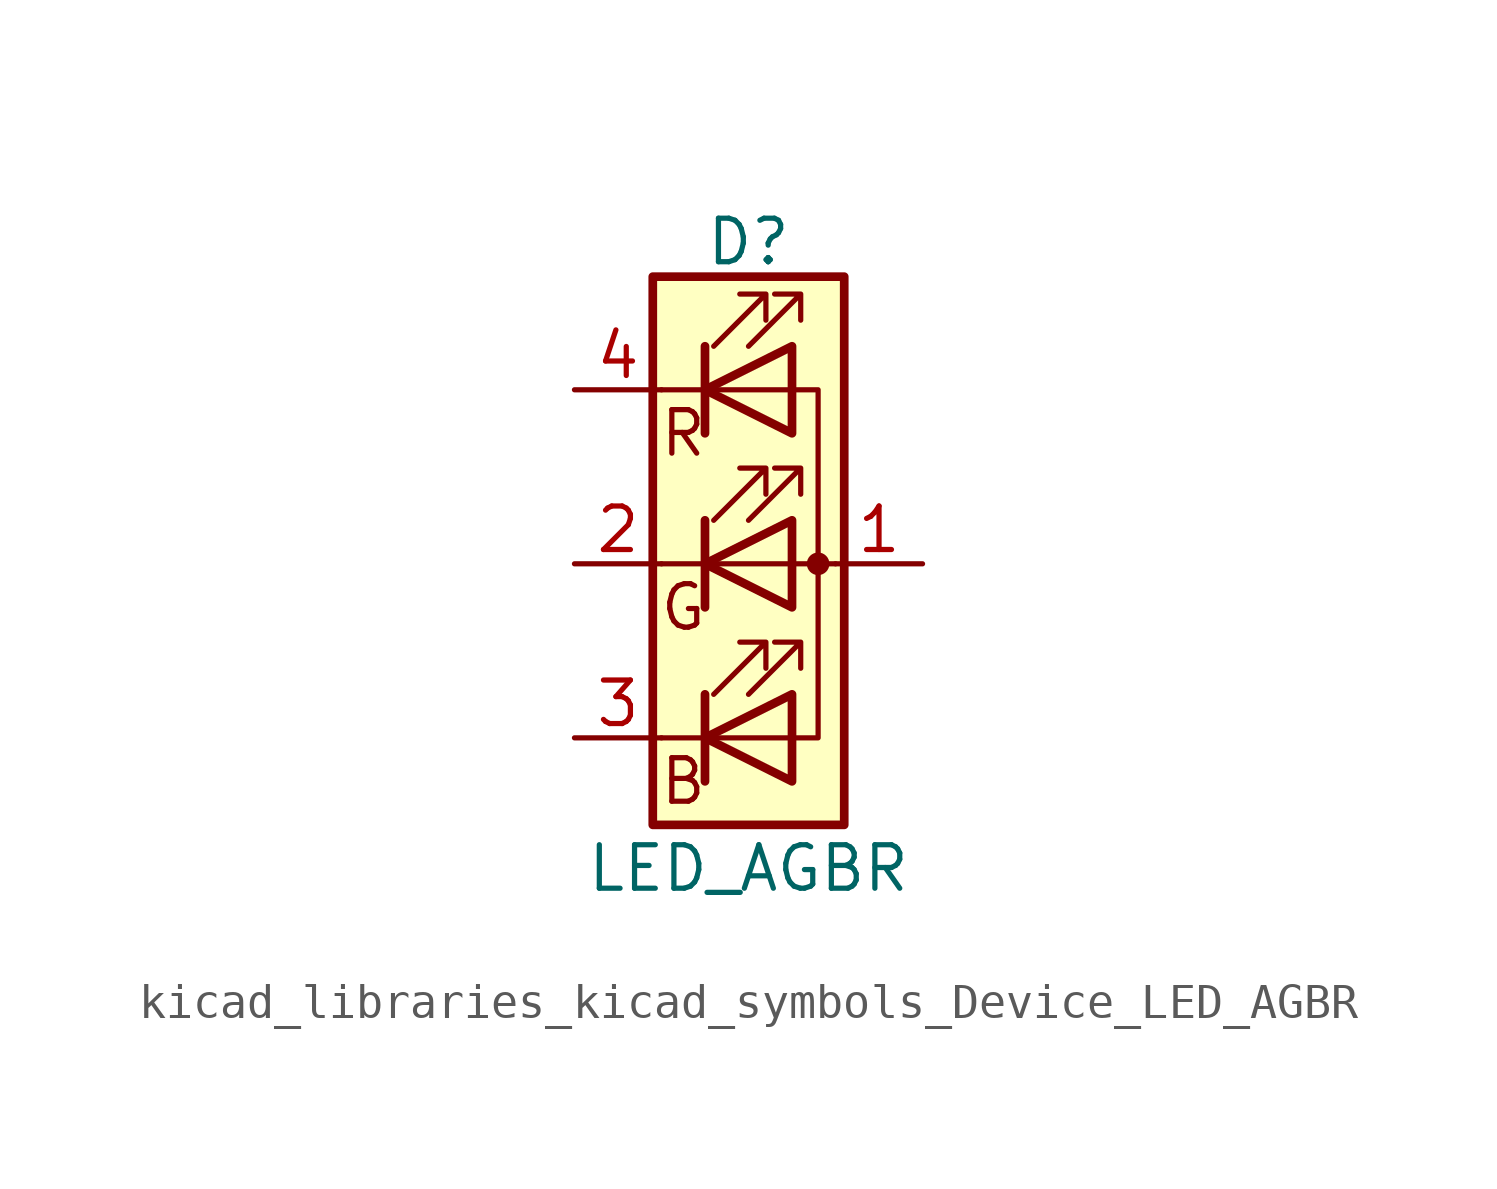
<source format=kicad_sym>
(kicad_symbol_lib
  (version 20220914)
  (generator kicad_symbol_editor)
  (symbol "kicad_libraries_kicad_symbols_Device_LED_AGBR"
    (pin_names
      (offset 0) hide)
    (property "Reference" "D"
      (at 0 9.398 0)
      (effects (font (size 1.27 1.27))))
    (property "Value" "LED_AGBR"
      (at 0 -8.89 0)
      (effects (font (size 1.27 1.27))))
    (symbol "kicad_libraries_kicad_symbols_Device_LED_AGBR_0_0"
      (text "B" (at -1.905 -6.35 0) (effects (font (size 1.27 1.27))))
      (text "G" (at -1.905 -1.27 0) (effects (font (size 1.27 1.27))))
      (text "R" (at -1.905 3.81 0) (effects (font (size 1.27 1.27)))))
    (symbol "kicad_libraries_kicad_symbols_Device_LED_AGBR_0_1"
      (polyline (pts (xy -1.27 -5.08) (xy -2.54 -5.08)) (stroke (width 0) (type default)) (fill (type none)))
      (polyline (pts (xy -1.27 -5.08) (xy 1.27 -5.08)) (stroke (width 0) (type default)) (fill (type none)))
      (polyline (pts (xy -1.27 -3.81) (xy -1.27 -6.35)) (stroke (width 0.254) (type default)) (fill (type none)))
      (polyline (pts (xy -1.27 0) (xy -2.54 0)) (stroke (width 0) (type default)) (fill (type none)))
      (polyline (pts (xy -1.27 1.27) (xy -1.27 -1.27)) (stroke (width 0.254) (type default)) (fill (type none)))
      (polyline (pts (xy -1.27 5.08) (xy -2.54 5.08)) (stroke (width 0) (type default)) (fill (type none)))
      (polyline (pts (xy -1.27 5.08) (xy 1.27 5.08)) (stroke (width 0) (type default)) (fill (type none)))
      (polyline (pts (xy -1.27 6.35) (xy -1.27 3.81)) (stroke (width 0.254) (type default)) (fill (type none)))
      (polyline (pts (xy 1.27 0) (xy -1.27 0)) (stroke (width 0) (type default)) (fill (type none)))
      (polyline (pts (xy 1.27 0) (xy 2.54 0)) (stroke (width 0) (type default)) (fill (type none)))
      (polyline (pts (xy -1.27 1.27) (xy -1.27 -1.27) (xy -1.27 -1.27)) (stroke (width 0) (type default)) (fill (type none)))
      (polyline (pts (xy -1.27 6.35) (xy -1.27 3.81) (xy -1.27 3.81)) (stroke (width 0) (type default)) (fill (type none)))
      (polyline (pts (xy 1.27 -5.08) (xy 2.032 -5.08) (xy 2.032 5.08) (xy 1.27 5.08)) (stroke (width 0) (type default)) (fill (type none)))
      (polyline (pts (xy 1.27 -3.81) (xy 1.27 -6.35) (xy -1.27 -5.08) (xy 1.27 -3.81)) (stroke (width 0.254) (type default)) (fill (type none)))
      (polyline (pts (xy 1.27 1.27) (xy 1.27 -1.27) (xy -1.27 0) (xy 1.27 1.27)) (stroke (width 0.254) (type default)) (fill (type none)))
      (polyline (pts (xy 1.27 6.35) (xy 1.27 3.81) (xy -1.27 5.08) (xy 1.27 6.35)) (stroke (width 0.254) (type default)) (fill (type none)))
      (polyline (pts (xy -1.016 -3.81) (xy 0.508 -2.286) (xy -0.254 -2.286) (xy 0.508 -2.286) (xy 0.508 -3.048)) (stroke (width 0) (type default)) (fill (type none)))
      (polyline (pts (xy -1.016 1.27) (xy 0.508 2.794) (xy -0.254 2.794) (xy 0.508 2.794) (xy 0.508 2.032)) (stroke (width 0) (type default)) (fill (type none)))
      (polyline (pts (xy -1.016 6.35) (xy 0.508 7.874) (xy -0.254 7.874) (xy 0.508 7.874) (xy 0.508 7.112)) (stroke (width 0) (type default)) (fill (type none)))
      (polyline (pts (xy 0 -3.81) (xy 1.524 -2.286) (xy 0.762 -2.286) (xy 1.524 -2.286) (xy 1.524 -3.048)) (stroke (width 0) (type default)) (fill (type none)))
      (polyline (pts (xy 0 1.27) (xy 1.524 2.794) (xy 0.762 2.794) (xy 1.524 2.794) (xy 1.524 2.032)) (stroke (width 0) (type default)) (fill (type none)))
      (polyline (pts (xy 0 6.35) (xy 1.524 7.874) (xy 0.762 7.874) (xy 1.524 7.874) (xy 1.524 7.112)) (stroke (width 0) (type default)) (fill (type none)))
      (rectangle (start 1.27 -1.27) (end 1.27 1.27) (stroke (width 0) (type default)) (fill (type none)))
      (rectangle (start 1.27 1.27) (end 1.27 1.27) (stroke (width 0) (type default)) (fill (type none)))
      (rectangle (start 1.27 3.81) (end 1.27 6.35) (stroke (width 0) (type default)) (fill (type none)))
      (rectangle (start 1.27 6.35) (end 1.27 6.35) (stroke (width 0) (type default)) (fill (type none)))
      (circle (center 2.032 0) (radius 0.254) (stroke (width 0) (type default)) (fill (type outline)))
      (rectangle (start 2.794 8.382) (end -2.794 -7.62) (stroke (width 0.254) (type default)) (fill (type background))))
    (symbol "kicad_libraries_kicad_symbols_Device_LED_AGBR_1_1"
      (pin passive line (at 5.08 0 180) (length 2.54) (name "A" (effects (font (size 1.27 1.27)))) (number "1" (effects (font (size 1.27 1.27)))))
      (pin passive line (at -5.08 0 0) (length 2.54) (name "GK" (effects (font (size 1.27 1.27)))) (number "2" (effects (font (size 1.27 1.27)))))
      (pin passive line (at -5.08 -5.08 0) (length 2.54) (name "BK" (effects (font (size 1.27 1.27)))) (number "3" (effects (font (size 1.27 1.27)))))
      (pin passive line (at -5.08 5.08 0) (length 2.54) (name "RK" (effects (font (size 1.27 1.27)))) (number "4" (effects (font (size 1.27 1.27))))))))
</source>
